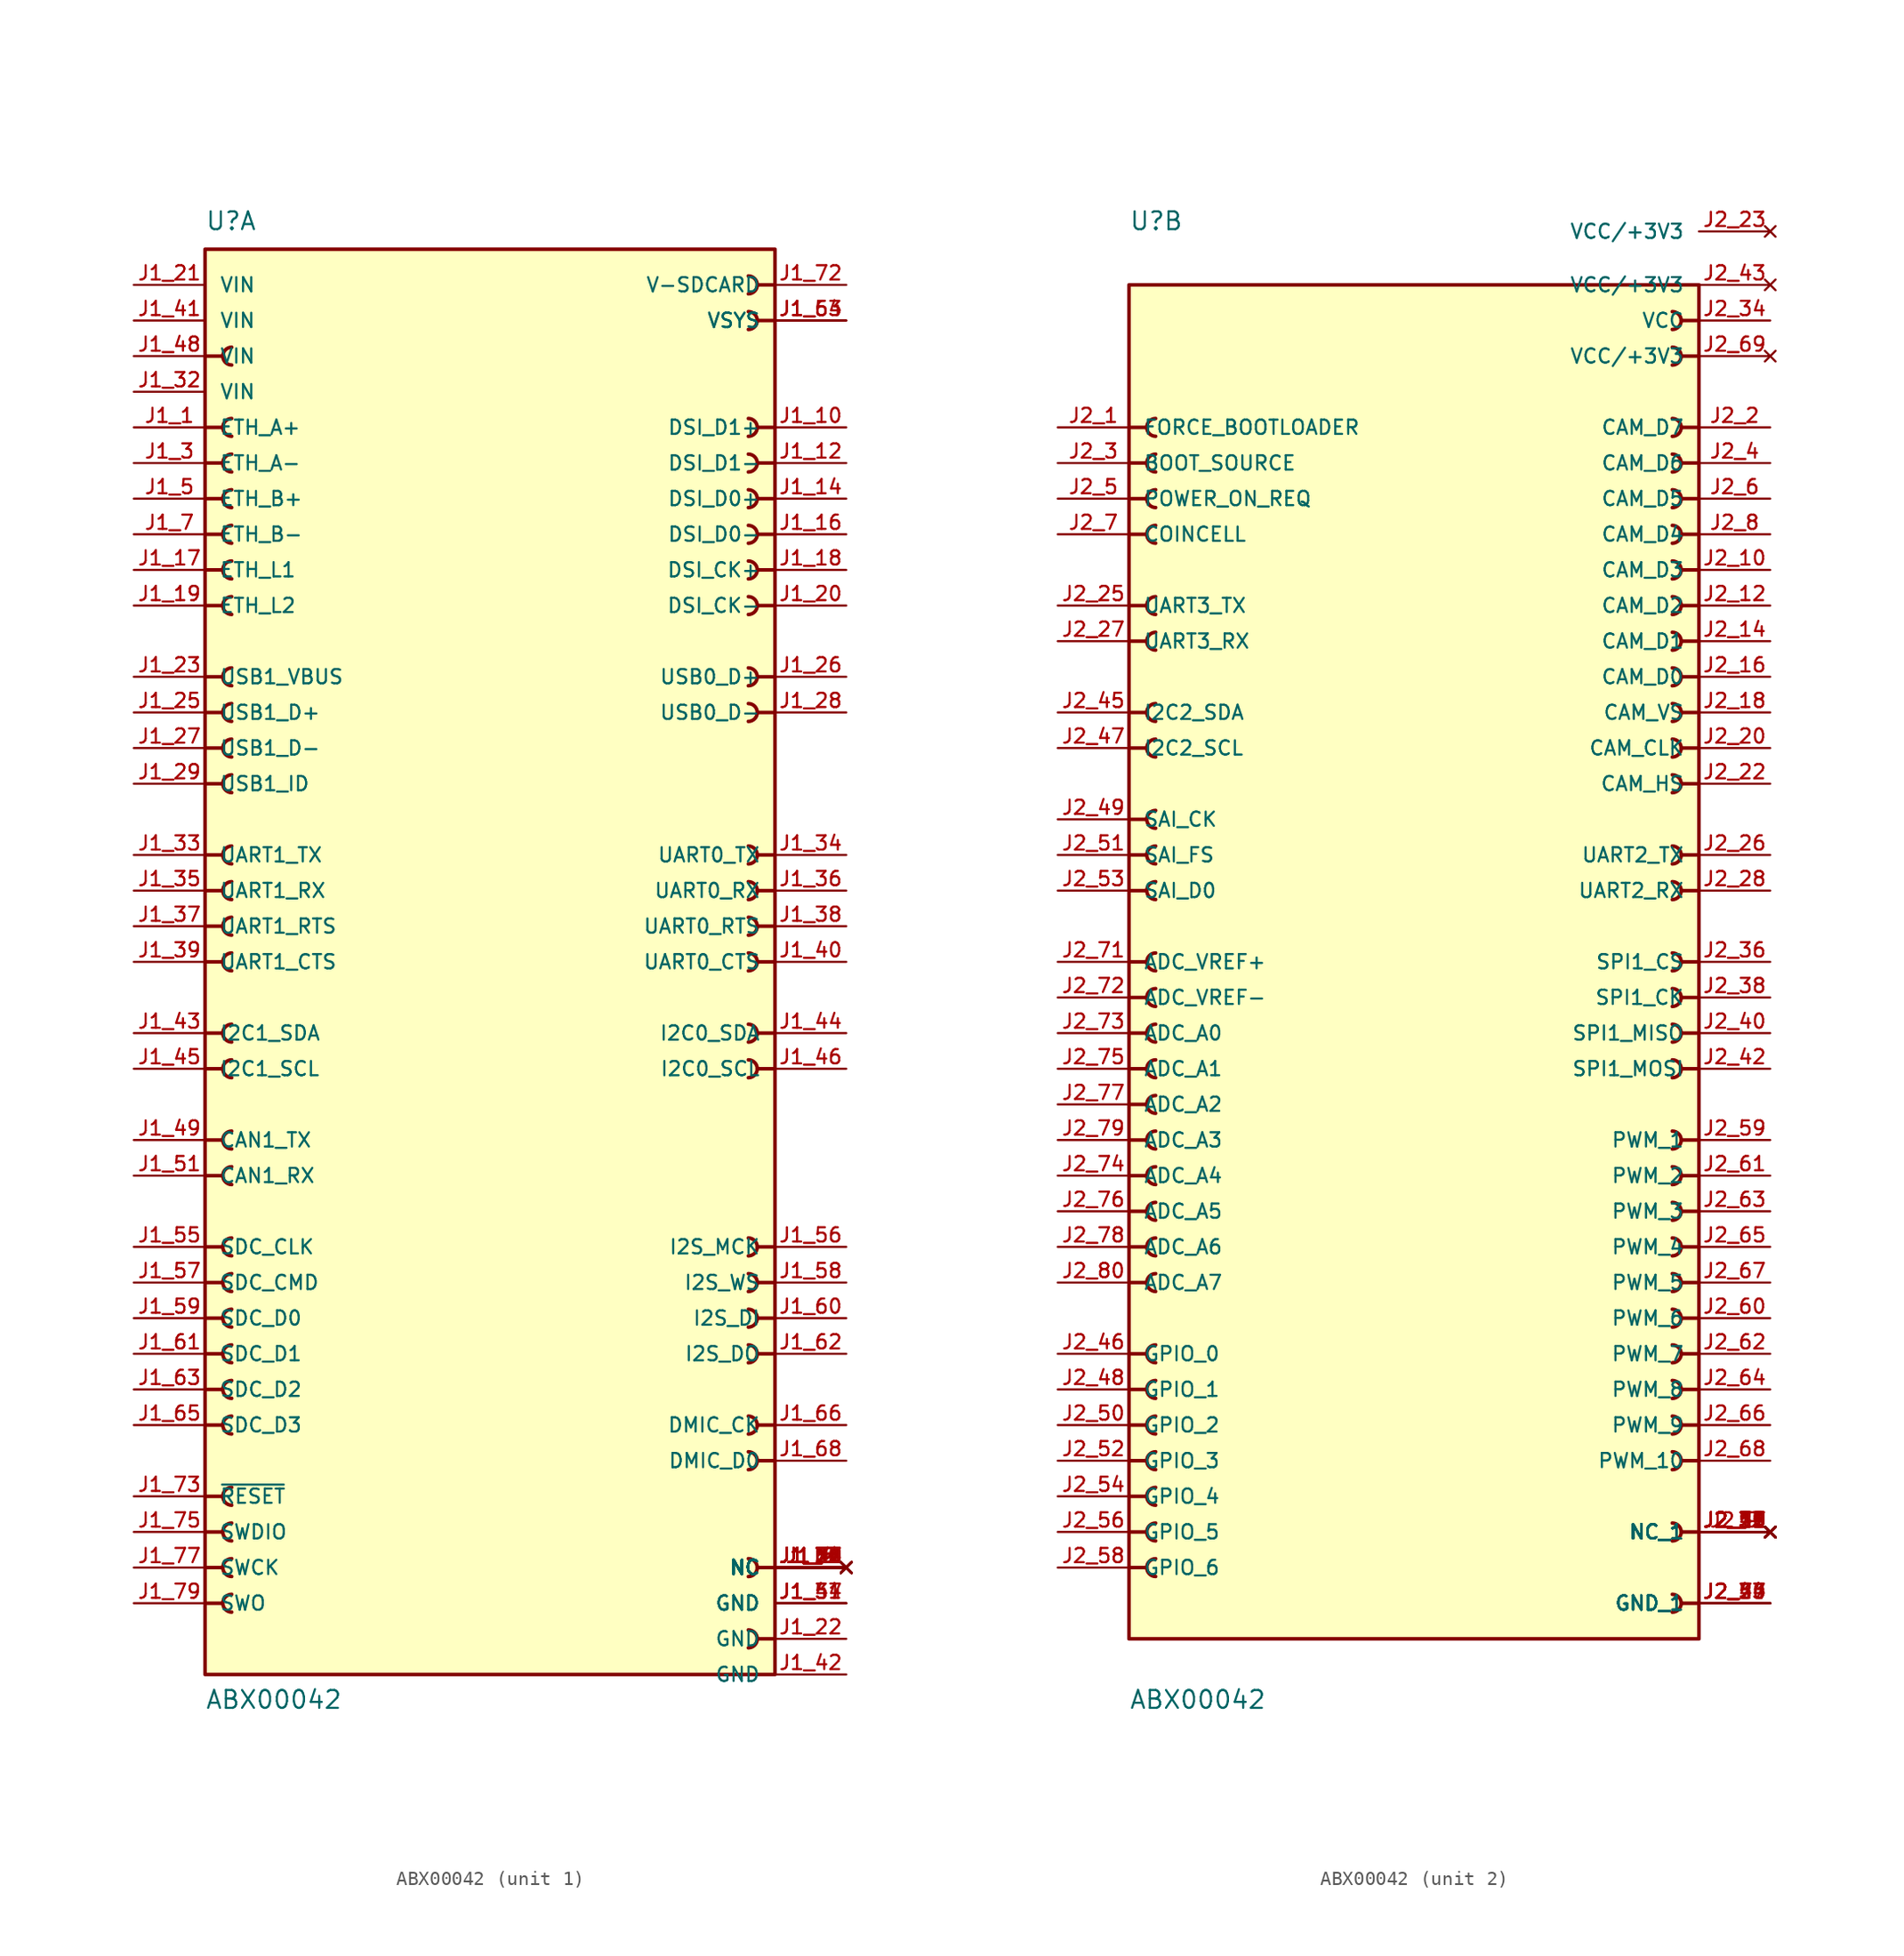
<source format=kicad_sym>
(kicad_symbol_lib
  (version 20220914)
  (generator kicad_symbol_editor)
  (symbol "ABX00042"
    (pin_names
      (offset 1.016))
    (property "Reference" "U"
      (at -20.32 52.07 0)
      (effects (font (size 1.27 1.27)) (justify left bottom)))
    (property "Value" "ABX00042"
      (at -20.32 -53.34 0)
      (effects (font (size 1.27 1.27)) (justify left bottom)))
    (symbol "ABX00042_1_0"
      (rectangle (start -20.32 50.8) (end 20.32 -50.8) (stroke (width 0.254) (type default)) (fill (type background)))
      (arc (start -18.415 -45.085) (mid -19.0473 -45.72) (end -18.415 -46.355) (stroke (width 0.254) (type default)) (fill (type none)))
      (arc (start -18.415 -42.545) (mid -19.0473 -43.18) (end -18.415 -43.815) (stroke (width 0.254) (type default)) (fill (type none)))
      (arc (start -18.415 -40.005) (mid -19.0473 -40.64) (end -18.415 -41.275) (stroke (width 0.254) (type default)) (fill (type none)))
      (arc (start -18.415 -37.465) (mid -19.0473 -38.1) (end -18.415 -38.735) (stroke (width 0.254) (type default)) (fill (type none)))
      (arc (start -18.415 -32.385) (mid -19.0473 -33.02) (end -18.415 -33.655) (stroke (width 0.254) (type default)) (fill (type none)))
      (arc (start -18.415 -29.845) (mid -19.0473 -30.48) (end -18.415 -31.115) (stroke (width 0.254) (type default)) (fill (type none)))
      (arc (start -18.415 -27.305) (mid -19.0473 -27.94) (end -18.415 -28.575) (stroke (width 0.254) (type default)) (fill (type none)))
      (arc (start -18.415 -24.765) (mid -19.0473 -25.4) (end -18.415 -26.035) (stroke (width 0.254) (type default)) (fill (type none)))
      (arc (start -18.415 -22.225) (mid -19.0473 -22.86) (end -18.415 -23.495) (stroke (width 0.254) (type default)) (fill (type none)))
      (arc (start -18.415 -19.685) (mid -19.0473 -20.32) (end -18.415 -20.955) (stroke (width 0.254) (type default)) (fill (type none)))
      (arc (start -18.415 -14.605) (mid -19.0473 -15.24) (end -18.415 -15.875) (stroke (width 0.254) (type default)) (fill (type none)))
      (arc (start -18.415 -12.065) (mid -19.0473 -12.7) (end -18.415 -13.335) (stroke (width 0.254) (type default)) (fill (type none)))
      (arc (start -18.415 -6.985) (mid -19.0473 -7.62) (end -18.415 -8.255) (stroke (width 0.254) (type default)) (fill (type none)))
      (arc (start -18.415 -4.445) (mid -19.0473 -5.08) (end -18.415 -5.715) (stroke (width 0.254) (type default)) (fill (type none)))
      (arc (start -18.415 0.635) (mid -19.0473 0) (end -18.415 -0.635) (stroke (width 0.254) (type default)) (fill (type none)))
      (arc (start -18.415 3.175) (mid -19.0473 2.54) (end -18.415 1.905) (stroke (width 0.254) (type default)) (fill (type none)))
      (arc (start -18.415 5.715) (mid -19.0473 5.08) (end -18.415 4.445) (stroke (width 0.254) (type default)) (fill (type none)))
      (arc (start -18.415 8.255) (mid -19.0473 7.62) (end -18.415 6.985) (stroke (width 0.254) (type default)) (fill (type none)))
      (arc (start -18.415 13.335) (mid -19.0473 12.7) (end -18.415 12.065) (stroke (width 0.254) (type default)) (fill (type none)))
      (arc (start -18.415 15.875) (mid -19.0473 15.24) (end -18.415 14.605) (stroke (width 0.254) (type default)) (fill (type none)))
      (arc (start -18.415 18.415) (mid -19.0473 17.78) (end -18.415 17.145) (stroke (width 0.254) (type default)) (fill (type none)))
      (arc (start -18.415 20.955) (mid -19.0473 20.32) (end -18.415 19.685) (stroke (width 0.254) (type default)) (fill (type none)))
      (arc (start -18.415 26.035) (mid -19.0473 25.4) (end -18.415 24.765) (stroke (width 0.254) (type default)) (fill (type none)))
      (arc (start -18.415 28.575) (mid -19.0473 27.94) (end -18.415 27.305) (stroke (width 0.254) (type default)) (fill (type none)))
      (arc (start -18.415 31.115) (mid -19.0473 30.48) (end -18.415 29.845) (stroke (width 0.254) (type default)) (fill (type none)))
      (arc (start -18.415 33.655) (mid -19.0473 33.02) (end -18.415 32.385) (stroke (width 0.254) (type default)) (fill (type none)))
      (arc (start -18.415 36.195) (mid -19.0473 35.56) (end -18.415 34.925) (stroke (width 0.254) (type default)) (fill (type none)))
      (arc (start -18.415 38.735) (mid -19.0473 38.1) (end -18.415 37.465) (stroke (width 0.254) (type default)) (fill (type none)))
      (arc (start -18.415 43.815) (mid -19.0473 43.18) (end -18.415 42.545) (stroke (width 0.254) (type default)) (fill (type none)))
      (polyline (pts (xy -20.32 -45.72) (xy -19.05 -45.72)) (stroke (width 0.254) (type default)) (fill (type none)))
      (polyline (pts (xy -20.32 -43.18) (xy -19.05 -43.18)) (stroke (width 0.254) (type default)) (fill (type none)))
      (polyline (pts (xy -20.32 -40.64) (xy -19.05 -40.64)) (stroke (width 0.254) (type default)) (fill (type none)))
      (polyline (pts (xy -20.32 -38.1) (xy -19.05 -38.1)) (stroke (width 0.254) (type default)) (fill (type none)))
      (polyline (pts (xy -20.32 -33.02) (xy -19.05 -33.02)) (stroke (width 0.254) (type default)) (fill (type none)))
      (polyline (pts (xy -20.32 -30.48) (xy -19.05 -30.48)) (stroke (width 0.254) (type default)) (fill (type none)))
      (polyline (pts (xy -20.32 -27.94) (xy -19.05 -27.94)) (stroke (width 0.254) (type default)) (fill (type none)))
      (polyline (pts (xy -20.32 -25.4) (xy -19.05 -25.4)) (stroke (width 0.254) (type default)) (fill (type none)))
      (polyline (pts (xy -20.32 -22.86) (xy -19.05 -22.86)) (stroke (width 0.254) (type default)) (fill (type none)))
      (polyline (pts (xy -20.32 -20.32) (xy -19.05 -20.32)) (stroke (width 0.254) (type default)) (fill (type none)))
      (polyline (pts (xy -20.32 -15.24) (xy -19.05 -15.24)) (stroke (width 0.254) (type default)) (fill (type none)))
      (polyline (pts (xy -20.32 -12.7) (xy -19.05 -12.7)) (stroke (width 0.254) (type default)) (fill (type none)))
      (polyline (pts (xy -20.32 -7.62) (xy -19.05 -7.62)) (stroke (width 0.254) (type default)) (fill (type none)))
      (polyline (pts (xy -20.32 -5.08) (xy -19.05 -5.08)) (stroke (width 0.254) (type default)) (fill (type none)))
      (polyline (pts (xy -20.32 0) (xy -19.05 0)) (stroke (width 0.254) (type default)) (fill (type none)))
      (polyline (pts (xy -20.32 2.54) (xy -19.05 2.54)) (stroke (width 0.254) (type default)) (fill (type none)))
      (polyline (pts (xy -20.32 5.08) (xy -19.05 5.08)) (stroke (width 0.254) (type default)) (fill (type none)))
      (polyline (pts (xy -20.32 7.62) (xy -19.05 7.62)) (stroke (width 0.254) (type default)) (fill (type none)))
      (polyline (pts (xy -20.32 12.7) (xy -19.05 12.7)) (stroke (width 0.254) (type default)) (fill (type none)))
      (polyline (pts (xy -20.32 15.24) (xy -19.05 15.24)) (stroke (width 0.254) (type default)) (fill (type none)))
      (polyline (pts (xy -20.32 17.78) (xy -19.05 17.78)) (stroke (width 0.254) (type default)) (fill (type none)))
      (polyline (pts (xy -20.32 20.32) (xy -19.05 20.32)) (stroke (width 0.254) (type default)) (fill (type none)))
      (polyline (pts (xy -20.32 25.4) (xy -19.05 25.4)) (stroke (width 0.254) (type default)) (fill (type none)))
      (polyline (pts (xy -20.32 27.94) (xy -19.05 27.94)) (stroke (width 0.254) (type default)) (fill (type none)))
      (polyline (pts (xy -20.32 30.48) (xy -19.05 30.48)) (stroke (width 0.254) (type default)) (fill (type none)))
      (polyline (pts (xy -20.32 33.02) (xy -19.05 33.02)) (stroke (width 0.254) (type default)) (fill (type none)))
      (polyline (pts (xy -20.32 35.56) (xy -19.05 35.56)) (stroke (width 0.254) (type default)) (fill (type none)))
      (polyline (pts (xy -20.32 38.1) (xy -19.05 38.1)) (stroke (width 0.254) (type default)) (fill (type none)))
      (polyline (pts (xy -20.32 43.18) (xy -19.05 43.18)) (stroke (width 0.254) (type default)) (fill (type none)))
      (polyline (pts (xy 20.32 -48.26) (xy 19.05 -48.26)) (stroke (width 0.254) (type default)) (fill (type none)))
      (polyline (pts (xy 20.32 -43.18) (xy 19.05 -43.18)) (stroke (width 0.254) (type default)) (fill (type none)))
      (polyline (pts (xy 20.32 -35.56) (xy 19.05 -35.56)) (stroke (width 0.254) (type default)) (fill (type none)))
      (polyline (pts (xy 20.32 -33.02) (xy 19.05 -33.02)) (stroke (width 0.254) (type default)) (fill (type none)))
      (polyline (pts (xy 20.32 -27.94) (xy 19.05 -27.94)) (stroke (width 0.254) (type default)) (fill (type none)))
      (polyline (pts (xy 20.32 -25.4) (xy 19.05 -25.4)) (stroke (width 0.254) (type default)) (fill (type none)))
      (polyline (pts (xy 20.32 -22.86) (xy 19.05 -22.86)) (stroke (width 0.254) (type default)) (fill (type none)))
      (polyline (pts (xy 20.32 -20.32) (xy 19.05 -20.32)) (stroke (width 0.254) (type default)) (fill (type none)))
      (polyline (pts (xy 20.32 -7.62) (xy 19.05 -7.62)) (stroke (width 0.254) (type default)) (fill (type none)))
      (polyline (pts (xy 20.32 -5.08) (xy 19.05 -5.08)) (stroke (width 0.254) (type default)) (fill (type none)))
      (polyline (pts (xy 20.32 0) (xy 19.05 0)) (stroke (width 0.254) (type default)) (fill (type none)))
      (polyline (pts (xy 20.32 2.54) (xy 19.05 2.54)) (stroke (width 0.254) (type default)) (fill (type none)))
      (polyline (pts (xy 20.32 5.08) (xy 19.05 5.08)) (stroke (width 0.254) (type default)) (fill (type none)))
      (polyline (pts (xy 20.32 7.62) (xy 19.05 7.62)) (stroke (width 0.254) (type default)) (fill (type none)))
      (polyline (pts (xy 20.32 17.78) (xy 19.05 17.78)) (stroke (width 0.254) (type default)) (fill (type none)))
      (polyline (pts (xy 20.32 20.32) (xy 19.05 20.32)) (stroke (width 0.254) (type default)) (fill (type none)))
      (polyline (pts (xy 20.32 25.4) (xy 19.05 25.4)) (stroke (width 0.254) (type default)) (fill (type none)))
      (polyline (pts (xy 20.32 27.94) (xy 19.05 27.94)) (stroke (width 0.254) (type default)) (fill (type none)))
      (polyline (pts (xy 20.32 30.48) (xy 19.05 30.48)) (stroke (width 0.254) (type default)) (fill (type none)))
      (polyline (pts (xy 20.32 33.02) (xy 19.05 33.02)) (stroke (width 0.254) (type default)) (fill (type none)))
      (polyline (pts (xy 20.32 35.56) (xy 19.05 35.56)) (stroke (width 0.254) (type default)) (fill (type none)))
      (polyline (pts (xy 20.32 38.1) (xy 19.05 38.1)) (stroke (width 0.254) (type default)) (fill (type none)))
      (polyline (pts (xy 20.32 45.72) (xy 19.05 45.72)) (stroke (width 0.254) (type default)) (fill (type none)))
      (polyline (pts (xy 20.32 48.26) (xy 19.05 48.26)) (stroke (width 0.254) (type default)) (fill (type none)))
      (arc (start 18.415 -48.895) (mid 19.0473 -48.26) (end 18.415 -47.625) (stroke (width 0.254) (type default)) (fill (type none)))
      (arc (start 18.415 -43.815) (mid 19.0473 -43.18) (end 18.415 -42.545) (stroke (width 0.254) (type default)) (fill (type none)))
      (arc (start 18.415 -36.195) (mid 19.0473 -35.56) (end 18.415 -34.925) (stroke (width 0.254) (type default)) (fill (type none)))
      (arc (start 18.415 -33.655) (mid 19.0473 -33.02) (end 18.415 -32.385) (stroke (width 0.254) (type default)) (fill (type none)))
      (arc (start 18.415 -28.575) (mid 19.0473 -27.94) (end 18.415 -27.305) (stroke (width 0.254) (type default)) (fill (type none)))
      (arc (start 18.415 -26.035) (mid 19.0473 -25.4) (end 18.415 -24.765) (stroke (width 0.254) (type default)) (fill (type none)))
      (arc (start 18.415 -23.495) (mid 19.0473 -22.86) (end 18.415 -22.225) (stroke (width 0.254) (type default)) (fill (type none)))
      (arc (start 18.415 -20.955) (mid 19.0473 -20.32) (end 18.415 -19.685) (stroke (width 0.254) (type default)) (fill (type none)))
      (arc (start 18.415 -8.255) (mid 19.0473 -7.62) (end 18.415 -6.985) (stroke (width 0.254) (type default)) (fill (type none)))
      (arc (start 18.415 -5.715) (mid 19.0473 -5.08) (end 18.415 -4.445) (stroke (width 0.254) (type default)) (fill (type none)))
      (arc (start 18.415 -0.635) (mid 19.0473 0) (end 18.415 0.635) (stroke (width 0.254) (type default)) (fill (type none)))
      (arc (start 18.415 1.905) (mid 19.0473 2.54) (end 18.415 3.175) (stroke (width 0.254) (type default)) (fill (type none)))
      (arc (start 18.415 4.445) (mid 19.0473 5.08) (end 18.415 5.715) (stroke (width 0.254) (type default)) (fill (type none)))
      (arc (start 18.415 6.985) (mid 19.0473 7.62) (end 18.415 8.255) (stroke (width 0.254) (type default)) (fill (type none)))
      (arc (start 18.415 17.145) (mid 19.0473 17.78) (end 18.415 18.415) (stroke (width 0.254) (type default)) (fill (type none)))
      (arc (start 18.415 19.685) (mid 19.0473 20.32) (end 18.415 20.955) (stroke (width 0.254) (type default)) (fill (type none)))
      (arc (start 18.415 24.765) (mid 19.0473 25.4) (end 18.415 26.035) (stroke (width 0.254) (type default)) (fill (type none)))
      (arc (start 18.415 27.305) (mid 19.0473 27.94) (end 18.415 28.575) (stroke (width 0.254) (type default)) (fill (type none)))
      (arc (start 18.415 29.845) (mid 19.0473 30.48) (end 18.415 31.115) (stroke (width 0.254) (type default)) (fill (type none)))
      (arc (start 18.415 32.385) (mid 19.0473 33.02) (end 18.415 33.655) (stroke (width 0.254) (type default)) (fill (type none)))
      (arc (start 18.415 34.925) (mid 19.0473 35.56) (end 18.415 36.195) (stroke (width 0.254) (type default)) (fill (type none)))
      (arc (start 18.415 37.465) (mid 19.0473 38.1) (end 18.415 38.735) (stroke (width 0.254) (type default)) (fill (type none)))
      (arc (start 18.415 45.085) (mid 19.0473 45.72) (end 18.415 46.355) (stroke (width 0.254) (type default)) (fill (type none)))
      (arc (start 18.415 47.625) (mid 19.0473 48.26) (end 18.415 48.895) (stroke (width 0.254) (type default)) (fill (type none)))
      (pin input line (at -25.4 38.1 0) (length 5.08) (name "ETH_A+" (effects (font (size 1.016 1.016)))) (number "J1_1" (effects (font (size 1.016 1.016)))))
      (pin bidirectional line (at 25.4 38.1 180) (length 5.08) (name "DSI_D1+" (effects (font (size 1.016 1.016)))) (number "J1_10" (effects (font (size 1.016 1.016)))))
      (pin no_connect line (at 25.4 -43.18 180) (length 5.08) (name "NC" (effects (font (size 1.016 1.016)))) (number "J1_11" (effects (font (size 1.016 1.016)))))
      (pin bidirectional line (at 25.4 35.56 180) (length 5.08) (name "DSI_D1-" (effects (font (size 1.016 1.016)))) (number "J1_12" (effects (font (size 1.016 1.016)))))
      (pin no_connect line (at 25.4 -43.18 180) (length 5.08) (name "NC" (effects (font (size 1.016 1.016)))) (number "J1_13" (effects (font (size 1.016 1.016)))))
      (pin bidirectional line (at 25.4 33.02 180) (length 5.08) (name "DSI_D0+" (effects (font (size 1.016 1.016)))) (number "J1_14" (effects (font (size 1.016 1.016)))))
      (pin no_connect line (at 25.4 -43.18 180) (length 5.08) (name "NC" (effects (font (size 1.016 1.016)))) (number "J1_15" (effects (font (size 1.016 1.016)))))
      (pin bidirectional line (at 25.4 30.48 180) (length 5.08) (name "DSI_D0-" (effects (font (size 1.016 1.016)))) (number "J1_16" (effects (font (size 1.016 1.016)))))
      (pin output line (at -25.4 27.94 0) (length 5.08) (name "ETH_L1" (effects (font (size 1.016 1.016)))) (number "J1_17" (effects (font (size 1.016 1.016)))))
      (pin bidirectional line (at 25.4 27.94 180) (length 5.08) (name "DSI_CK+" (effects (font (size 1.016 1.016)))) (number "J1_18" (effects (font (size 1.016 1.016)))))
      (pin output line (at -25.4 25.4 0) (length 5.08) (name "ETH_L2" (effects (font (size 1.016 1.016)))) (number "J1_19" (effects (font (size 1.016 1.016)))))
      (pin no_connect line (at 25.4 -43.18 180) (length 5.08) (name "NC" (effects (font (size 1.016 1.016)))) (number "J1_2" (effects (font (size 1.016 1.016)))))
      (pin bidirectional line (at 25.4 25.4 180) (length 5.08) (name "DSI_CK-" (effects (font (size 1.016 1.016)))) (number "J1_20" (effects (font (size 1.016 1.016)))))
      (pin input line (at -25.4 48.26 0) (length 5.08) (name "VIN" (effects (font (size 1.016 1.016)))) (number "J1_21" (effects (font (size 1.016 1.016)))))
      (pin power_in line (at 25.4 -48.26 180) (length 5.08) (name "GND" (effects (font (size 1.016 1.016)))) (number "J1_22" (effects (font (size 1.016 1.016)))))
      (pin power_in line (at -25.4 20.32 0) (length 5.08) (name "USB1_VBUS" (effects (font (size 1.016 1.016)))) (number "J1_23" (effects (font (size 1.016 1.016)))))
      (pin no_connect line (at 25.4 -43.18 180) (length 5.08) (name "NC" (effects (font (size 1.016 1.016)))) (number "J1_24" (effects (font (size 1.016 1.016)))))
      (pin bidirectional line (at -25.4 17.78 0) (length 5.08) (name "USB1_D+" (effects (font (size 1.016 1.016)))) (number "J1_25" (effects (font (size 1.016 1.016)))))
      (pin bidirectional line (at 25.4 20.32 180) (length 5.08) (name "USB0_D+" (effects (font (size 1.016 1.016)))) (number "J1_26" (effects (font (size 1.016 1.016)))))
      (pin bidirectional line (at -25.4 15.24 0) (length 5.08) (name "USB1_D-" (effects (font (size 1.016 1.016)))) (number "J1_27" (effects (font (size 1.016 1.016)))))
      (pin bidirectional line (at 25.4 17.78 180) (length 5.08) (name "USB0_D-" (effects (font (size 1.016 1.016)))) (number "J1_28" (effects (font (size 1.016 1.016)))))
      (pin bidirectional line (at -25.4 12.7 0) (length 5.08) (name "USB1_ID" (effects (font (size 1.016 1.016)))) (number "J1_29" (effects (font (size 1.016 1.016)))))
      (pin input line (at -25.4 35.56 0) (length 5.08) (name "ETH_A-" (effects (font (size 1.016 1.016)))) (number "J1_3" (effects (font (size 1.016 1.016)))))
      (pin no_connect line (at 25.4 -43.18 180) (length 5.08) (name "NC" (effects (font (size 1.016 1.016)))) (number "J1_30" (effects (font (size 1.016 1.016)))))
      (pin power_in line (at 25.4 -45.72 180) (length 5.08) (name "GND" (effects (font (size 1.016 1.016)))) (number "J1_31" (effects (font (size 1.016 1.016)))))
      (pin input line (at -25.4 40.64 0) (length 5.08) (name "VIN" (effects (font (size 1.016 1.016)))) (number "J1_32" (effects (font (size 1.016 1.016)))))
      (pin output line (at -25.4 7.62 0) (length 5.08) (name "UART1_TX" (effects (font (size 1.016 1.016)))) (number "J1_33" (effects (font (size 1.016 1.016)))))
      (pin output line (at 25.4 7.62 180) (length 5.08) (name "UART0_TX" (effects (font (size 1.016 1.016)))) (number "J1_34" (effects (font (size 1.016 1.016)))))
      (pin input line (at -25.4 5.08 0) (length 5.08) (name "UART1_RX" (effects (font (size 1.016 1.016)))) (number "J1_35" (effects (font (size 1.016 1.016)))))
      (pin input line (at 25.4 5.08 180) (length 5.08) (name "UART0_RX" (effects (font (size 1.016 1.016)))) (number "J1_36" (effects (font (size 1.016 1.016)))))
      (pin bidirectional line (at -25.4 2.54 0) (length 5.08) (name "UART1_RTS" (effects (font (size 1.016 1.016)))) (number "J1_37" (effects (font (size 1.016 1.016)))))
      (pin bidirectional line (at 25.4 2.54 180) (length 5.08) (name "UART0_RTS" (effects (font (size 1.016 1.016)))) (number "J1_38" (effects (font (size 1.016 1.016)))))
      (pin bidirectional line (at -25.4 0 0) (length 5.08) (name "UART1_CTS" (effects (font (size 1.016 1.016)))) (number "J1_39" (effects (font (size 1.016 1.016)))))
      (pin no_connect line (at 25.4 -43.18 180) (length 5.08) (name "NC" (effects (font (size 1.016 1.016)))) (number "J1_4" (effects (font (size 1.016 1.016)))))
      (pin bidirectional line (at 25.4 0 180) (length 5.08) (name "UART0_CTS" (effects (font (size 1.016 1.016)))) (number "J1_40" (effects (font (size 1.016 1.016)))))
      (pin input line (at -25.4 45.72 0) (length 5.08) (name "VIN" (effects (font (size 1.016 1.016)))) (number "J1_41" (effects (font (size 1.016 1.016)))))
      (pin power_in line (at 25.4 -50.8 180) (length 5.08) (name "GND" (effects (font (size 1.016 1.016)))) (number "J1_42" (effects (font (size 1.016 1.016)))))
      (pin bidirectional line (at -25.4 -5.08 0) (length 5.08) (name "I2C1_SDA" (effects (font (size 1.016 1.016)))) (number "J1_43" (effects (font (size 1.016 1.016)))))
      (pin bidirectional line (at 25.4 -5.08 180) (length 5.08) (name "I2C0_SDA" (effects (font (size 1.016 1.016)))) (number "J1_44" (effects (font (size 1.016 1.016)))))
      (pin input line (at -25.4 -7.62 0) (length 5.08) (name "I2C1_SCL" (effects (font (size 1.016 1.016)))) (number "J1_45" (effects (font (size 1.016 1.016)))))
      (pin input line (at 25.4 -7.62 180) (length 5.08) (name "I2C0_SCL" (effects (font (size 1.016 1.016)))) (number "J1_46" (effects (font (size 1.016 1.016)))))
      (pin power_in line (at 25.4 -45.72 180) (length 5.08) (name "GND" (effects (font (size 1.016 1.016)))) (number "J1_47" (effects (font (size 1.016 1.016)))))
      (pin input line (at -25.4 43.18 0) (length 5.08) (name "VIN" (effects (font (size 1.016 1.016)))) (number "J1_48" (effects (font (size 1.016 1.016)))))
      (pin output line (at -25.4 -12.7 0) (length 5.08) (name "CAN1_TX" (effects (font (size 1.016 1.016)))) (number "J1_49" (effects (font (size 1.016 1.016)))))
      (pin input line (at -25.4 33.02 0) (length 5.08) (name "ETH_B+" (effects (font (size 1.016 1.016)))) (number "J1_5" (effects (font (size 1.016 1.016)))))
      (pin no_connect line (at 25.4 -43.18 180) (length 5.08) (name "NC" (effects (font (size 1.016 1.016)))) (number "J1_50" (effects (font (size 1.016 1.016)))))
      (pin input line (at -25.4 -15.24 0) (length 5.08) (name "CAN1_RX" (effects (font (size 1.016 1.016)))) (number "J1_51" (effects (font (size 1.016 1.016)))))
      (pin no_connect line (at 25.4 -43.18 180) (length 5.08) (name "NC" (effects (font (size 1.016 1.016)))) (number "J1_52" (effects (font (size 1.016 1.016)))))
      (pin power_in line (at 25.4 45.72 180) (length 5.08) (name "VSYS" (effects (font (size 1.016 1.016)))) (number "J1_53" (effects (font (size 1.016 1.016)))))
      (pin power_in line (at 25.4 -45.72 180) (length 5.08) (name "GND" (effects (font (size 1.016 1.016)))) (number "J1_54" (effects (font (size 1.016 1.016)))))
      (pin input line (at -25.4 -20.32 0) (length 5.08) (name "SDC_CLK" (effects (font (size 1.016 1.016)))) (number "J1_55" (effects (font (size 1.016 1.016)))))
      (pin bidirectional line (at 25.4 -20.32 180) (length 5.08) (name "I2S_MCK" (effects (font (size 1.016 1.016)))) (number "J1_56" (effects (font (size 1.016 1.016)))))
      (pin input line (at -25.4 -22.86 0) (length 5.08) (name "SDC_CMD" (effects (font (size 1.016 1.016)))) (number "J1_57" (effects (font (size 1.016 1.016)))))
      (pin bidirectional line (at 25.4 -22.86 180) (length 5.08) (name "I2S_WS" (effects (font (size 1.016 1.016)))) (number "J1_58" (effects (font (size 1.016 1.016)))))
      (pin bidirectional line (at -25.4 -25.4 0) (length 5.08) (name "SDC_D0" (effects (font (size 1.016 1.016)))) (number "J1_59" (effects (font (size 1.016 1.016)))))
      (pin no_connect line (at 25.4 -43.18 180) (length 5.08) (name "NC" (effects (font (size 1.016 1.016)))) (number "J1_6" (effects (font (size 1.016 1.016)))))
      (pin input line (at 25.4 -25.4 180) (length 5.08) (name "I2S_DI" (effects (font (size 1.016 1.016)))) (number "J1_60" (effects (font (size 1.016 1.016)))))
      (pin bidirectional line (at -25.4 -27.94 0) (length 5.08) (name "SDC_D1" (effects (font (size 1.016 1.016)))) (number "J1_61" (effects (font (size 1.016 1.016)))))
      (pin output line (at 25.4 -27.94 180) (length 5.08) (name "I2S_DO" (effects (font (size 1.016 1.016)))) (number "J1_62" (effects (font (size 1.016 1.016)))))
      (pin bidirectional line (at -25.4 -30.48 0) (length 5.08) (name "SDC_D2" (effects (font (size 1.016 1.016)))) (number "J1_63" (effects (font (size 1.016 1.016)))))
      (pin power_in line (at 25.4 45.72 180) (length 5.08) (name "VSYS" (effects (font (size 1.016 1.016)))) (number "J1_64" (effects (font (size 1.016 1.016)))))
      (pin bidirectional line (at -25.4 -33.02 0) (length 5.08) (name "SDC_D3" (effects (font (size 1.016 1.016)))) (number "J1_65" (effects (font (size 1.016 1.016)))))
      (pin bidirectional line (at 25.4 -33.02 180) (length 5.08) (name "DMIC_CK" (effects (font (size 1.016 1.016)))) (number "J1_66" (effects (font (size 1.016 1.016)))))
      (pin no_connect line (at 25.4 -43.18 180) (length 5.08) (name "NC" (effects (font (size 1.016 1.016)))) (number "J1_67" (effects (font (size 1.016 1.016)))))
      (pin bidirectional line (at 25.4 -35.56 180) (length 5.08) (name "DMIC_D0" (effects (font (size 1.016 1.016)))) (number "J1_68" (effects (font (size 1.016 1.016)))))
      (pin no_connect line (at 25.4 -43.18 180) (length 5.08) (name "NC" (effects (font (size 1.016 1.016)))) (number "J1_69" (effects (font (size 1.016 1.016)))))
      (pin input line (at -25.4 30.48 0) (length 5.08) (name "ETH_B-" (effects (font (size 1.016 1.016)))) (number "J1_7" (effects (font (size 1.016 1.016)))))
      (pin no_connect line (at 25.4 -43.18 180) (length 5.08) (name "NC" (effects (font (size 1.016 1.016)))) (number "J1_70" (effects (font (size 1.016 1.016)))))
      (pin no_connect line (at 25.4 -43.18 180) (length 5.08) (name "NC" (effects (font (size 1.016 1.016)))) (number "J1_71" (effects (font (size 1.016 1.016)))))
      (pin power_in line (at 25.4 48.26 180) (length 5.08) (name "V-SDCARD" (effects (font (size 1.016 1.016)))) (number "J1_72" (effects (font (size 1.016 1.016)))))
      (pin input line (at -25.4 -38.1 0) (length 5.08) (name "~{RESET}" (effects (font (size 1.016 1.016)))) (number "J1_73" (effects (font (size 1.016 1.016)))))
      (pin no_connect line (at 25.4 -43.18 180) (length 5.08) (name "NC" (effects (font (size 1.016 1.016)))) (number "J1_74" (effects (font (size 1.016 1.016)))))
      (pin bidirectional line (at -25.4 -40.64 0) (length 5.08) (name "SWDIO" (effects (font (size 1.016 1.016)))) (number "J1_75" (effects (font (size 1.016 1.016)))))
      (pin no_connect line (at 25.4 -43.18 180) (length 5.08) (name "NC" (effects (font (size 1.016 1.016)))) (number "J1_76" (effects (font (size 1.016 1.016)))))
      (pin input line (at -25.4 -43.18 0) (length 5.08) (name "SWCK" (effects (font (size 1.016 1.016)))) (number "J1_77" (effects (font (size 1.016 1.016)))))
      (pin no_connect line (at 25.4 -43.18 180) (length 5.08) (name "NC" (effects (font (size 1.016 1.016)))) (number "J1_78" (effects (font (size 1.016 1.016)))))
      (pin output line (at -25.4 -45.72 0) (length 5.08) (name "SWO" (effects (font (size 1.016 1.016)))) (number "J1_79" (effects (font (size 1.016 1.016)))))
      (pin no_connect line (at 25.4 -43.18 180) (length 5.08) (name "NC" (effects (font (size 1.016 1.016)))) (number "J1_8" (effects (font (size 1.016 1.016)))))
      (pin no_connect line (at 25.4 -43.18 180) (length 5.08) (name "NC" (effects (font (size 1.016 1.016)))) (number "J1_80" (effects (font (size 1.016 1.016)))))
      (pin no_connect line (at 25.4 -43.18 180) (length 5.08) (name "NC" (effects (font (size 1.016 1.016)))) (number "J1_9" (effects (font (size 1.016 1.016))))))
    (symbol "ABX00042_2_0"
      (rectangle (start -20.32 -48.26) (end 20.32 48.26) (stroke (width 0.254) (type default)) (fill (type background)))
      (arc (start -19.05 -43.18) (mid -18.864 -43.629) (end -18.415 -43.815) (stroke (width 0.254) (type default)) (fill (type none)))
      (arc (start -18.415 -42.545) (mid -18.864 -42.731) (end -19.05 -43.18) (stroke (width 0.254) (type default)) (fill (type none)))
      (arc (start -18.415 -40.005) (mid -19.0473 -40.64) (end -18.415 -41.275) (stroke (width 0.254) (type default)) (fill (type none)))
      (arc (start -18.415 -37.465) (mid -19.0473 -38.1) (end -18.415 -38.735) (stroke (width 0.254) (type default)) (fill (type none)))
      (arc (start -18.415 -34.925) (mid -19.0473 -35.56) (end -18.415 -36.195) (stroke (width 0.254) (type default)) (fill (type none)))
      (arc (start -18.415 -32.385) (mid -19.0473 -33.02) (end -18.415 -33.655) (stroke (width 0.254) (type default)) (fill (type none)))
      (arc (start -18.415 -29.845) (mid -19.0473 -30.48) (end -18.415 -31.115) (stroke (width 0.254) (type default)) (fill (type none)))
      (arc (start -18.415 -27.305) (mid -19.0473 -27.94) (end -18.415 -28.575) (stroke (width 0.254) (type default)) (fill (type none)))
      (arc (start -18.415 -22.225) (mid -19.0473 -22.86) (end -18.415 -23.495) (stroke (width 0.254) (type default)) (fill (type none)))
      (arc (start -18.415 -19.685) (mid -19.0473 -20.32) (end -18.415 -20.955) (stroke (width 0.254) (type default)) (fill (type none)))
      (arc (start -18.415 -17.145) (mid -19.0473 -17.78) (end -18.415 -18.415) (stroke (width 0.254) (type default)) (fill (type none)))
      (arc (start -18.415 -14.605) (mid -19.0473 -15.24) (end -18.415 -15.875) (stroke (width 0.254) (type default)) (fill (type none)))
      (arc (start -18.415 -12.065) (mid -19.0473 -12.7) (end -18.415 -13.335) (stroke (width 0.254) (type default)) (fill (type none)))
      (arc (start -18.415 -9.525) (mid -19.0473 -10.16) (end -18.415 -10.795) (stroke (width 0.254) (type default)) (fill (type none)))
      (arc (start -18.415 -6.985) (mid -19.0473 -7.62) (end -18.415 -8.255) (stroke (width 0.254) (type default)) (fill (type none)))
      (arc (start -18.415 -4.445) (mid -19.0473 -5.08) (end -18.415 -5.715) (stroke (width 0.254) (type default)) (fill (type none)))
      (arc (start -18.415 -1.905) (mid -19.0473 -2.54) (end -18.415 -3.175) (stroke (width 0.254) (type default)) (fill (type none)))
      (arc (start -18.415 0.635) (mid -19.0473 0) (end -18.415 -0.635) (stroke (width 0.254) (type default)) (fill (type none)))
      (arc (start -18.415 5.715) (mid -19.0473 5.08) (end -18.415 4.445) (stroke (width 0.254) (type default)) (fill (type none)))
      (arc (start -18.415 8.255) (mid -19.0473 7.62) (end -18.415 6.985) (stroke (width 0.254) (type default)) (fill (type none)))
      (arc (start -18.415 10.795) (mid -19.0473 10.16) (end -18.415 9.525) (stroke (width 0.254) (type default)) (fill (type none)))
      (arc (start -18.415 15.875) (mid -19.0473 15.24) (end -18.415 14.605) (stroke (width 0.254) (type default)) (fill (type none)))
      (arc (start -18.415 18.415) (mid -19.0473 17.78) (end -18.415 17.145) (stroke (width 0.254) (type default)) (fill (type none)))
      (arc (start -18.415 23.495) (mid -19.0473 22.86) (end -18.415 22.225) (stroke (width 0.254) (type default)) (fill (type none)))
      (arc (start -18.415 26.035) (mid -19.0473 25.4) (end -18.415 24.765) (stroke (width 0.254) (type default)) (fill (type none)))
      (arc (start -18.415 31.115) (mid -19.0473 30.48) (end -18.415 29.845) (stroke (width 0.254) (type default)) (fill (type none)))
      (arc (start -18.415 33.655) (mid -19.0473 33.02) (end -18.415 32.385) (stroke (width 0.254) (type default)) (fill (type none)))
      (arc (start -18.415 36.195) (mid -19.0473 35.56) (end -18.415 34.925) (stroke (width 0.254) (type default)) (fill (type none)))
      (arc (start -18.415 38.735) (mid -19.0473 38.1) (end -18.415 37.465) (stroke (width 0.254) (type default)) (fill (type none)))
      (polyline (pts (xy -20.32 -43.18) (xy -19.05 -43.18)) (stroke (width 0.254) (type default)) (fill (type none)))
      (polyline (pts (xy -20.32 -40.64) (xy -19.05 -40.64)) (stroke (width 0.254) (type default)) (fill (type none)))
      (polyline (pts (xy -20.32 -38.1) (xy -19.05 -38.1)) (stroke (width 0.254) (type default)) (fill (type none)))
      (polyline (pts (xy -20.32 -35.56) (xy -19.05 -35.56)) (stroke (width 0.254) (type default)) (fill (type none)))
      (polyline (pts (xy -20.32 -33.02) (xy -19.05 -33.02)) (stroke (width 0.254) (type default)) (fill (type none)))
      (polyline (pts (xy -20.32 -30.48) (xy -19.05 -30.48)) (stroke (width 0.254) (type default)) (fill (type none)))
      (polyline (pts (xy -20.32 -27.94) (xy -19.05 -27.94)) (stroke (width 0.254) (type default)) (fill (type none)))
      (polyline (pts (xy -20.32 -22.86) (xy -19.05 -22.86)) (stroke (width 0.254) (type default)) (fill (type none)))
      (polyline (pts (xy -20.32 -20.32) (xy -19.05 -20.32)) (stroke (width 0.254) (type default)) (fill (type none)))
      (polyline (pts (xy -20.32 -17.78) (xy -19.05 -17.78)) (stroke (width 0.254) (type default)) (fill (type none)))
      (polyline (pts (xy -20.32 -15.24) (xy -19.05 -15.24)) (stroke (width 0.254) (type default)) (fill (type none)))
      (polyline (pts (xy -20.32 -12.7) (xy -19.05 -12.7)) (stroke (width 0.254) (type default)) (fill (type none)))
      (polyline (pts (xy -20.32 -10.16) (xy -19.05 -10.16)) (stroke (width 0.254) (type default)) (fill (type none)))
      (polyline (pts (xy -20.32 -7.62) (xy -19.05 -7.62)) (stroke (width 0.254) (type default)) (fill (type none)))
      (polyline (pts (xy -20.32 -5.08) (xy -19.05 -5.08)) (stroke (width 0.254) (type default)) (fill (type none)))
      (polyline (pts (xy -20.32 -2.54) (xy -19.05 -2.54)) (stroke (width 0.254) (type default)) (fill (type none)))
      (polyline (pts (xy -20.32 0) (xy -19.05 0)) (stroke (width 0.254) (type default)) (fill (type none)))
      (polyline (pts (xy -20.32 5.08) (xy -19.05 5.08)) (stroke (width 0.254) (type default)) (fill (type none)))
      (polyline (pts (xy -20.32 7.62) (xy -19.05 7.62)) (stroke (width 0.254) (type default)) (fill (type none)))
      (polyline (pts (xy -20.32 10.16) (xy -19.05 10.16)) (stroke (width 0.254) (type default)) (fill (type none)))
      (polyline (pts (xy -20.32 15.24) (xy -19.05 15.24)) (stroke (width 0.254) (type default)) (fill (type none)))
      (polyline (pts (xy -20.32 17.78) (xy -19.05 17.78)) (stroke (width 0.254) (type default)) (fill (type none)))
      (polyline (pts (xy -20.32 22.86) (xy -19.05 22.86)) (stroke (width 0.254) (type default)) (fill (type none)))
      (polyline (pts (xy -20.32 25.4) (xy -19.05 25.4)) (stroke (width 0.254) (type default)) (fill (type none)))
      (polyline (pts (xy -20.32 30.48) (xy -19.05 30.48)) (stroke (width 0.254) (type default)) (fill (type none)))
      (polyline (pts (xy -20.32 33.02) (xy -19.05 33.02)) (stroke (width 0.254) (type default)) (fill (type none)))
      (polyline (pts (xy -20.32 35.56) (xy -19.05 35.56)) (stroke (width 0.254) (type default)) (fill (type none)))
      (polyline (pts (xy -20.32 38.1) (xy -19.05 38.1)) (stroke (width 0.254) (type default)) (fill (type none)))
      (polyline (pts (xy 20.32 -45.72) (xy 19.05 -45.72)) (stroke (width 0.254) (type default)) (fill (type none)))
      (polyline (pts (xy 20.32 -40.64) (xy 19.05 -40.64)) (stroke (width 0.254) (type default)) (fill (type none)))
      (polyline (pts (xy 20.32 -35.56) (xy 19.05 -35.56)) (stroke (width 0.254) (type default)) (fill (type none)))
      (polyline (pts (xy 20.32 -33.02) (xy 19.05 -33.02)) (stroke (width 0.254) (type default)) (fill (type none)))
      (polyline (pts (xy 20.32 -30.48) (xy 19.05 -30.48)) (stroke (width 0.254) (type default)) (fill (type none)))
      (polyline (pts (xy 20.32 -27.94) (xy 19.05 -27.94)) (stroke (width 0.254) (type default)) (fill (type none)))
      (polyline (pts (xy 20.32 -25.4) (xy 19.05 -25.4)) (stroke (width 0.254) (type default)) (fill (type none)))
      (polyline (pts (xy 20.32 -22.86) (xy 19.05 -22.86)) (stroke (width 0.254) (type default)) (fill (type none)))
      (polyline (pts (xy 20.32 -20.32) (xy 19.05 -20.32)) (stroke (width 0.254) (type default)) (fill (type none)))
      (polyline (pts (xy 20.32 -17.78) (xy 19.05 -17.78)) (stroke (width 0.254) (type default)) (fill (type none)))
      (polyline (pts (xy 20.32 -15.24) (xy 19.05 -15.24)) (stroke (width 0.254) (type default)) (fill (type none)))
      (polyline (pts (xy 20.32 -12.7) (xy 19.05 -12.7)) (stroke (width 0.254) (type default)) (fill (type none)))
      (polyline (pts (xy 20.32 -7.62) (xy 19.05 -7.62)) (stroke (width 0.254) (type default)) (fill (type none)))
      (polyline (pts (xy 20.32 -5.08) (xy 19.05 -5.08)) (stroke (width 0.254) (type default)) (fill (type none)))
      (polyline (pts (xy 20.32 -2.54) (xy 19.05 -2.54)) (stroke (width 0.254) (type default)) (fill (type none)))
      (polyline (pts (xy 20.32 0) (xy 19.05 0)) (stroke (width 0.254) (type default)) (fill (type none)))
      (polyline (pts (xy 20.32 5.08) (xy 19.05 5.08)) (stroke (width 0.254) (type default)) (fill (type none)))
      (polyline (pts (xy 20.32 7.62) (xy 19.05 7.62)) (stroke (width 0.254) (type default)) (fill (type none)))
      (polyline (pts (xy 20.32 12.7) (xy 19.05 12.7)) (stroke (width 0.254) (type default)) (fill (type none)))
      (polyline (pts (xy 20.32 15.24) (xy 19.05 15.24)) (stroke (width 0.254) (type default)) (fill (type none)))
      (polyline (pts (xy 20.32 17.78) (xy 19.05 17.78)) (stroke (width 0.254) (type default)) (fill (type none)))
      (polyline (pts (xy 20.32 20.32) (xy 19.05 20.32)) (stroke (width 0.254) (type default)) (fill (type none)))
      (polyline (pts (xy 20.32 22.86) (xy 19.05 22.86)) (stroke (width 0.254) (type default)) (fill (type none)))
      (polyline (pts (xy 20.32 25.4) (xy 19.05 25.4)) (stroke (width 0.254) (type default)) (fill (type none)))
      (polyline (pts (xy 20.32 27.94) (xy 19.05 27.94)) (stroke (width 0.254) (type default)) (fill (type none)))
      (polyline (pts (xy 20.32 30.48) (xy 19.05 30.48)) (stroke (width 0.254) (type default)) (fill (type none)))
      (polyline (pts (xy 20.32 33.02) (xy 19.05 33.02)) (stroke (width 0.254) (type default)) (fill (type none)))
      (polyline (pts (xy 20.32 35.56) (xy 19.05 35.56)) (stroke (width 0.254) (type default)) (fill (type none)))
      (polyline (pts (xy 20.32 38.1) (xy 19.05 38.1)) (stroke (width 0.254) (type default)) (fill (type none)))
      (polyline (pts (xy 20.32 43.18) (xy 19.05 43.18)) (stroke (width 0.254) (type default)) (fill (type none)))
      (polyline (pts (xy 20.32 45.72) (xy 19.05 45.72)) (stroke (width 0.254) (type default)) (fill (type none)))
      (arc (start 18.415 -46.355) (mid 19.0473 -45.72) (end 18.415 -45.085) (stroke (width 0.254) (type default)) (fill (type none)))
      (arc (start 18.415 -41.275) (mid 19.0473 -40.64) (end 18.415 -40.005) (stroke (width 0.254) (type default)) (fill (type none)))
      (arc (start 18.415 -36.195) (mid 19.0473 -35.56) (end 18.415 -34.925) (stroke (width 0.254) (type default)) (fill (type none)))
      (arc (start 18.415 -33.655) (mid 19.0473 -33.02) (end 18.415 -32.385) (stroke (width 0.254) (type default)) (fill (type none)))
      (arc (start 18.415 -31.115) (mid 19.0473 -30.48) (end 18.415 -29.845) (stroke (width 0.254) (type default)) (fill (type none)))
      (arc (start 18.415 -28.575) (mid 19.0473 -27.94) (end 18.415 -27.305) (stroke (width 0.254) (type default)) (fill (type none)))
      (arc (start 18.415 -26.035) (mid 19.0473 -25.4) (end 18.415 -24.765) (stroke (width 0.254) (type default)) (fill (type none)))
      (arc (start 18.415 -23.495) (mid 19.0473 -22.86) (end 18.415 -22.225) (stroke (width 0.254) (type default)) (fill (type none)))
      (arc (start 18.415 -20.955) (mid 19.0473 -20.32) (end 18.415 -19.685) (stroke (width 0.254) (type default)) (fill (type none)))
      (arc (start 18.415 -18.415) (mid 19.0473 -17.78) (end 18.415 -17.145) (stroke (width 0.254) (type default)) (fill (type none)))
      (arc (start 18.415 -15.875) (mid 19.0473 -15.24) (end 18.415 -14.605) (stroke (width 0.254) (type default)) (fill (type none)))
      (arc (start 18.415 -13.335) (mid 19.0473 -12.7) (end 18.415 -12.065) (stroke (width 0.254) (type default)) (fill (type none)))
      (arc (start 18.415 -8.255) (mid 19.0473 -7.62) (end 18.415 -6.985) (stroke (width 0.254) (type default)) (fill (type none)))
      (arc (start 18.415 -5.715) (mid 19.0473 -5.08) (end 18.415 -4.445) (stroke (width 0.254) (type default)) (fill (type none)))
      (arc (start 18.415 -3.175) (mid 19.0473 -2.54) (end 18.415 -1.905) (stroke (width 0.254) (type default)) (fill (type none)))
      (arc (start 18.415 -0.635) (mid 19.0473 0) (end 18.415 0.635) (stroke (width 0.254) (type default)) (fill (type none)))
      (arc (start 18.415 4.445) (mid 19.0473 5.08) (end 18.415 5.715) (stroke (width 0.254) (type default)) (fill (type none)))
      (arc (start 18.415 6.985) (mid 19.0473 7.62) (end 18.415 8.255) (stroke (width 0.254) (type default)) (fill (type none)))
      (arc (start 18.415 12.065) (mid 19.0473 12.7) (end 18.415 13.335) (stroke (width 0.254) (type default)) (fill (type none)))
      (arc (start 18.415 14.605) (mid 19.0473 15.24) (end 18.415 15.875) (stroke (width 0.254) (type default)) (fill (type none)))
      (arc (start 18.415 17.145) (mid 19.0473 17.78) (end 18.415 18.415) (stroke (width 0.254) (type default)) (fill (type none)))
      (arc (start 18.415 19.685) (mid 19.0473 20.32) (end 18.415 20.955) (stroke (width 0.254) (type default)) (fill (type none)))
      (arc (start 18.415 22.225) (mid 19.0473 22.86) (end 18.415 23.495) (stroke (width 0.254) (type default)) (fill (type none)))
      (arc (start 18.415 24.765) (mid 19.0473 25.4) (end 18.415 26.035) (stroke (width 0.254) (type default)) (fill (type none)))
      (arc (start 18.415 27.305) (mid 19.0473 27.94) (end 18.415 28.575) (stroke (width 0.254) (type default)) (fill (type none)))
      (arc (start 18.415 29.845) (mid 19.0473 30.48) (end 18.415 31.115) (stroke (width 0.254) (type default)) (fill (type none)))
      (arc (start 18.415 32.385) (mid 19.0473 33.02) (end 18.415 33.655) (stroke (width 0.254) (type default)) (fill (type none)))
      (arc (start 18.415 34.925) (mid 19.0473 35.56) (end 18.415 36.195) (stroke (width 0.254) (type default)) (fill (type none)))
      (arc (start 18.415 37.465) (mid 19.0473 38.1) (end 18.415 38.735) (stroke (width 0.254) (type default)) (fill (type none)))
      (arc (start 18.415 42.545) (mid 19.0473 43.18) (end 18.415 43.815) (stroke (width 0.254) (type default)) (fill (type none)))
      (arc (start 18.415 45.085) (mid 19.0473 45.72) (end 18.415 46.355) (stroke (width 0.254) (type default)) (fill (type none)))
      (pin input line (at -25.4 38.1 0) (length 5.08) (name "FORCE_BOOTLOADER" (effects (font (size 1.016 1.016)))) (number "J2_1" (effects (font (size 1.016 1.016)))))
      (pin bidirectional line (at 25.4 27.94 180) (length 5.08) (name "CAM_D3" (effects (font (size 1.016 1.016)))) (number "J2_10" (effects (font (size 1.016 1.016)))))
      (pin no_connect line (at 25.4 -40.64 180) (length 5.08) (name "NC_1" (effects (font (size 1.016 1.016)))) (number "J2_11" (effects (font (size 1.016 1.016)))))
      (pin bidirectional line (at 25.4 25.4 180) (length 5.08) (name "CAM_D2" (effects (font (size 1.016 1.016)))) (number "J2_12" (effects (font (size 1.016 1.016)))))
      (pin no_connect line (at 25.4 -40.64 180) (length 5.08) (name "NC_1" (effects (font (size 1.016 1.016)))) (number "J2_13" (effects (font (size 1.016 1.016)))))
      (pin bidirectional line (at 25.4 22.86 180) (length 5.08) (name "CAM_D1" (effects (font (size 1.016 1.016)))) (number "J2_14" (effects (font (size 1.016 1.016)))))
      (pin no_connect line (at 25.4 -40.64 180) (length 5.08) (name "NC_1" (effects (font (size 1.016 1.016)))) (number "J2_15" (effects (font (size 1.016 1.016)))))
      (pin bidirectional line (at 25.4 20.32 180) (length 5.08) (name "CAM_D0" (effects (font (size 1.016 1.016)))) (number "J2_16" (effects (font (size 1.016 1.016)))))
      (pin no_connect line (at 25.4 -40.64 180) (length 5.08) (name "NC_1" (effects (font (size 1.016 1.016)))) (number "J2_17" (effects (font (size 1.016 1.016)))))
      (pin bidirectional line (at 25.4 17.78 180) (length 5.08) (name "CAM_VS" (effects (font (size 1.016 1.016)))) (number "J2_18" (effects (font (size 1.016 1.016)))))
      (pin no_connect line (at 25.4 -40.64 180) (length 5.08) (name "NC_1" (effects (font (size 1.016 1.016)))) (number "J2_19" (effects (font (size 1.016 1.016)))))
      (pin bidirectional line (at 25.4 38.1 180) (length 5.08) (name "CAM_D7" (effects (font (size 1.016 1.016)))) (number "J2_2" (effects (font (size 1.016 1.016)))))
      (pin bidirectional line (at 25.4 15.24 180) (length 5.08) (name "CAM_CLK" (effects (font (size 1.016 1.016)))) (number "J2_20" (effects (font (size 1.016 1.016)))))
      (pin no_connect line (at 25.4 -40.64 180) (length 5.08) (name "NC_1" (effects (font (size 1.016 1.016)))) (number "J2_21" (effects (font (size 1.016 1.016)))))
      (pin bidirectional line (at 25.4 12.7 180) (length 5.08) (name "CAM_HS" (effects (font (size 1.016 1.016)))) (number "J2_22" (effects (font (size 1.016 1.016)))))
      (pin no_connect line (at 25.4 52.07 180) (length 5.08) (name "VCC/+3V3" (effects (font (size 1.016 1.016)))) (number "J2_23" (effects (font (size 1.016 1.016)))))
      (pin power_in line (at 25.4 -45.72 180) (length 5.08) (name "GND_1" (effects (font (size 1.016 1.016)))) (number "J2_24" (effects (font (size 1.016 1.016)))))
      (pin output line (at -25.4 25.4 0) (length 5.08) (name "UART3_TX" (effects (font (size 1.016 1.016)))) (number "J2_25" (effects (font (size 1.016 1.016)))))
      (pin output line (at 25.4 7.62 180) (length 5.08) (name "UART2_TX" (effects (font (size 1.016 1.016)))) (number "J2_26" (effects (font (size 1.016 1.016)))))
      (pin input line (at -25.4 22.86 0) (length 5.08) (name "UART3_RX" (effects (font (size 1.016 1.016)))) (number "J2_27" (effects (font (size 1.016 1.016)))))
      (pin input line (at 25.4 5.08 180) (length 5.08) (name "UART2_RX" (effects (font (size 1.016 1.016)))) (number "J2_28" (effects (font (size 1.016 1.016)))))
      (pin no_connect line (at 25.4 -40.64 180) (length 5.08) (name "NC_1" (effects (font (size 1.016 1.016)))) (number "J2_29" (effects (font (size 1.016 1.016)))))
      (pin input line (at -25.4 35.56 0) (length 5.08) (name "BOOT_SOURCE" (effects (font (size 1.016 1.016)))) (number "J2_3" (effects (font (size 1.016 1.016)))))
      (pin no_connect line (at 25.4 -40.64 180) (length 5.08) (name "NC_1" (effects (font (size 1.016 1.016)))) (number "J2_30" (effects (font (size 1.016 1.016)))))
      (pin no_connect line (at 25.4 -40.64 180) (length 5.08) (name "NC_1" (effects (font (size 1.016 1.016)))) (number "J2_31" (effects (font (size 1.016 1.016)))))
      (pin no_connect line (at 25.4 -40.64 180) (length 5.08) (name "NC_1" (effects (font (size 1.016 1.016)))) (number "J2_32" (effects (font (size 1.016 1.016)))))
      (pin power_in line (at 25.4 -45.72 180) (length 5.08) (name "GND_1" (effects (font (size 1.016 1.016)))) (number "J2_33" (effects (font (size 1.016 1.016)))))
      (pin power_in line (at 25.4 45.72 180) (length 5.08) (name "VCC" (effects (font (size 1.016 1.016)))) (number "J2_34" (effects (font (size 1.016 1.016)))))
      (pin no_connect line (at 25.4 -40.64 180) (length 5.08) (name "NC_1" (effects (font (size 1.016 1.016)))) (number "J2_35" (effects (font (size 1.016 1.016)))))
      (pin input line (at 25.4 0 180) (length 5.08) (name "SPI1_CS" (effects (font (size 1.016 1.016)))) (number "J2_36" (effects (font (size 1.016 1.016)))))
      (pin no_connect line (at 25.4 -40.64 180) (length 5.08) (name "NC_1" (effects (font (size 1.016 1.016)))) (number "J2_37" (effects (font (size 1.016 1.016)))))
      (pin input line (at 25.4 -2.54 180) (length 5.08) (name "SPI1_CK" (effects (font (size 1.016 1.016)))) (number "J2_38" (effects (font (size 1.016 1.016)))))
      (pin no_connect line (at 25.4 -40.64 180) (length 5.08) (name "NC_1" (effects (font (size 1.016 1.016)))) (number "J2_39" (effects (font (size 1.016 1.016)))))
      (pin bidirectional line (at 25.4 35.56 180) (length 5.08) (name "CAM_D6" (effects (font (size 1.016 1.016)))) (number "J2_4" (effects (font (size 1.016 1.016)))))
      (pin output line (at 25.4 -5.08 180) (length 5.08) (name "SPI1_MISO" (effects (font (size 1.016 1.016)))) (number "J2_40" (effects (font (size 1.016 1.016)))))
      (pin no_connect line (at 25.4 -40.64 180) (length 5.08) (name "NC_1" (effects (font (size 1.016 1.016)))) (number "J2_41" (effects (font (size 1.016 1.016)))))
      (pin input line (at 25.4 -7.62 180) (length 5.08) (name "SPI1_MOSI" (effects (font (size 1.016 1.016)))) (number "J2_42" (effects (font (size 1.016 1.016)))))
      (pin no_connect line (at 25.4 48.26 180) (length 5.08) (name "VCC/+3V3" (effects (font (size 1.016 1.016)))) (number "J2_43" (effects (font (size 1.016 1.016)))))
      (pin power_in line (at 25.4 -45.72 180) (length 5.08) (name "GND_1" (effects (font (size 1.016 1.016)))) (number "J2_44" (effects (font (size 1.016 1.016)))))
      (pin bidirectional line (at -25.4 17.78 0) (length 5.08) (name "I2C2_SDA" (effects (font (size 1.016 1.016)))) (number "J2_45" (effects (font (size 1.016 1.016)))))
      (pin bidirectional line (at -25.4 -27.94 0) (length 5.08) (name "GPIO_0" (effects (font (size 1.016 1.016)))) (number "J2_46" (effects (font (size 1.016 1.016)))))
      (pin input line (at -25.4 15.24 0) (length 5.08) (name "I2C2_SCL" (effects (font (size 1.016 1.016)))) (number "J2_47" (effects (font (size 1.016 1.016)))))
      (pin bidirectional line (at -25.4 -30.48 0) (length 5.08) (name "GPIO_1" (effects (font (size 1.016 1.016)))) (number "J2_48" (effects (font (size 1.016 1.016)))))
      (pin input line (at -25.4 10.16 0) (length 5.08) (name "SAI_CK" (effects (font (size 1.016 1.016)))) (number "J2_49" (effects (font (size 1.016 1.016)))))
      (pin input line (at -25.4 33.02 0) (length 5.08) (name "POWER_ON_REQ" (effects (font (size 1.016 1.016)))) (number "J2_5" (effects (font (size 1.016 1.016)))))
      (pin bidirectional line (at -25.4 -33.02 0) (length 5.08) (name "GPIO_2" (effects (font (size 1.016 1.016)))) (number "J2_50" (effects (font (size 1.016 1.016)))))
      (pin bidirectional line (at -25.4 7.62 0) (length 5.08) (name "SAI_FS" (effects (font (size 1.016 1.016)))) (number "J2_51" (effects (font (size 1.016 1.016)))))
      (pin bidirectional line (at -25.4 -35.56 0) (length 5.08) (name "GPIO_3" (effects (font (size 1.016 1.016)))) (number "J2_52" (effects (font (size 1.016 1.016)))))
      (pin bidirectional line (at -25.4 5.08 0) (length 5.08) (name "SAI_D0" (effects (font (size 1.016 1.016)))) (number "J2_53" (effects (font (size 1.016 1.016)))))
      (pin bidirectional line (at -25.4 -38.1 0) (length 5.08) (name "GPIO_4" (effects (font (size 1.016 1.016)))) (number "J2_54" (effects (font (size 1.016 1.016)))))
      (pin no_connect line (at 25.4 -40.64 180) (length 5.08) (name "NC_1" (effects (font (size 1.016 1.016)))) (number "J2_55" (effects (font (size 1.016 1.016)))))
      (pin bidirectional line (at -25.4 -40.64 0) (length 5.08) (name "GPIO_5" (effects (font (size 1.016 1.016)))) (number "J2_56" (effects (font (size 1.016 1.016)))))
      (pin power_in line (at 25.4 -45.72 180) (length 5.08) (name "GND_1" (effects (font (size 1.016 1.016)))) (number "J2_57" (effects (font (size 1.016 1.016)))))
      (pin bidirectional line (at -25.4 -43.18 0) (length 5.08) (name "GPIO_6" (effects (font (size 1.016 1.016)))) (number "J2_58" (effects (font (size 1.016 1.016)))))
      (pin bidirectional line (at 25.4 -12.7 180) (length 5.08) (name "PWM_1" (effects (font (size 1.016 1.016)))) (number "J2_59" (effects (font (size 1.016 1.016)))))
      (pin bidirectional line (at 25.4 33.02 180) (length 5.08) (name "CAM_D5" (effects (font (size 1.016 1.016)))) (number "J2_6" (effects (font (size 1.016 1.016)))))
      (pin bidirectional line (at 25.4 -25.4 180) (length 5.08) (name "PWM_6" (effects (font (size 1.016 1.016)))) (number "J2_60" (effects (font (size 1.016 1.016)))))
      (pin bidirectional line (at 25.4 -15.24 180) (length 5.08) (name "PWM_2" (effects (font (size 1.016 1.016)))) (number "J2_61" (effects (font (size 1.016 1.016)))))
      (pin bidirectional line (at 25.4 -27.94 180) (length 5.08) (name "PWM_7" (effects (font (size 1.016 1.016)))) (number "J2_62" (effects (font (size 1.016 1.016)))))
      (pin bidirectional line (at 25.4 -17.78 180) (length 5.08) (name "PWM_3" (effects (font (size 1.016 1.016)))) (number "J2_63" (effects (font (size 1.016 1.016)))))
      (pin bidirectional line (at 25.4 -30.48 180) (length 5.08) (name "PWM_8" (effects (font (size 1.016 1.016)))) (number "J2_64" (effects (font (size 1.016 1.016)))))
      (pin bidirectional line (at 25.4 -20.32 180) (length 5.08) (name "PWM_4" (effects (font (size 1.016 1.016)))) (number "J2_65" (effects (font (size 1.016 1.016)))))
      (pin bidirectional line (at 25.4 -33.02 180) (length 5.08) (name "PWM_9" (effects (font (size 1.016 1.016)))) (number "J2_66" (effects (font (size 1.016 1.016)))))
      (pin bidirectional line (at 25.4 -22.86 180) (length 5.08) (name "PWM_5" (effects (font (size 1.016 1.016)))) (number "J2_67" (effects (font (size 1.016 1.016)))))
      (pin bidirectional line (at 25.4 -35.56 180) (length 5.08) (name "PWM_10" (effects (font (size 1.016 1.016)))) (number "J2_68" (effects (font (size 1.016 1.016)))))
      (pin no_connect line (at 25.4 43.18 180) (length 5.08) (name "VCC/+3V3" (effects (font (size 1.016 1.016)))) (number "J2_69" (effects (font (size 1.016 1.016)))))
      (pin input line (at -25.4 30.48 0) (length 5.08) (name "COINCELL" (effects (font (size 1.016 1.016)))) (number "J2_7" (effects (font (size 1.016 1.016)))))
      (pin power_in line (at 25.4 -45.72 180) (length 5.08) (name "GND_1" (effects (font (size 1.016 1.016)))) (number "J2_70" (effects (font (size 1.016 1.016)))))
      (pin input line (at -25.4 0 0) (length 5.08) (name "ADC_VREF+" (effects (font (size 1.016 1.016)))) (number "J2_71" (effects (font (size 1.016 1.016)))))
      (pin input line (at -25.4 -2.54 0) (length 5.08) (name "ADC_VREF-" (effects (font (size 1.016 1.016)))) (number "J2_72" (effects (font (size 1.016 1.016)))))
      (pin input line (at -25.4 -5.08 0) (length 5.08) (name "ADC_A0" (effects (font (size 1.016 1.016)))) (number "J2_73" (effects (font (size 1.016 1.016)))))
      (pin input line (at -25.4 -15.24 0) (length 5.08) (name "ADC_A4" (effects (font (size 1.016 1.016)))) (number "J2_74" (effects (font (size 1.016 1.016)))))
      (pin input line (at -25.4 -7.62 0) (length 5.08) (name "ADC_A1" (effects (font (size 1.016 1.016)))) (number "J2_75" (effects (font (size 1.016 1.016)))))
      (pin input line (at -25.4 -17.78 0) (length 5.08) (name "ADC_A5" (effects (font (size 1.016 1.016)))) (number "J2_76" (effects (font (size 1.016 1.016)))))
      (pin input line (at -25.4 -10.16 0) (length 5.08) (name "ADC_A2" (effects (font (size 1.016 1.016)))) (number "J2_77" (effects (font (size 1.016 1.016)))))
      (pin input line (at -25.4 -20.32 0) (length 5.08) (name "ADC_A6" (effects (font (size 1.016 1.016)))) (number "J2_78" (effects (font (size 1.016 1.016)))))
      (pin input line (at -25.4 -12.7 0) (length 5.08) (name "ADC_A3" (effects (font (size 1.016 1.016)))) (number "J2_79" (effects (font (size 1.016 1.016)))))
      (pin bidirectional line (at 25.4 30.48 180) (length 5.08) (name "CAM_D4" (effects (font (size 1.016 1.016)))) (number "J2_8" (effects (font (size 1.016 1.016)))))
      (pin input line (at -25.4 -22.86 0) (length 5.08) (name "ADC_A7" (effects (font (size 1.016 1.016)))) (number "J2_80" (effects (font (size 1.016 1.016)))))
      (pin no_connect line (at 25.4 -40.64 180) (length 5.08) (name "NC_1" (effects (font (size 1.016 1.016)))) (number "J2_9" (effects (font (size 1.016 1.016))))))))
</source>
